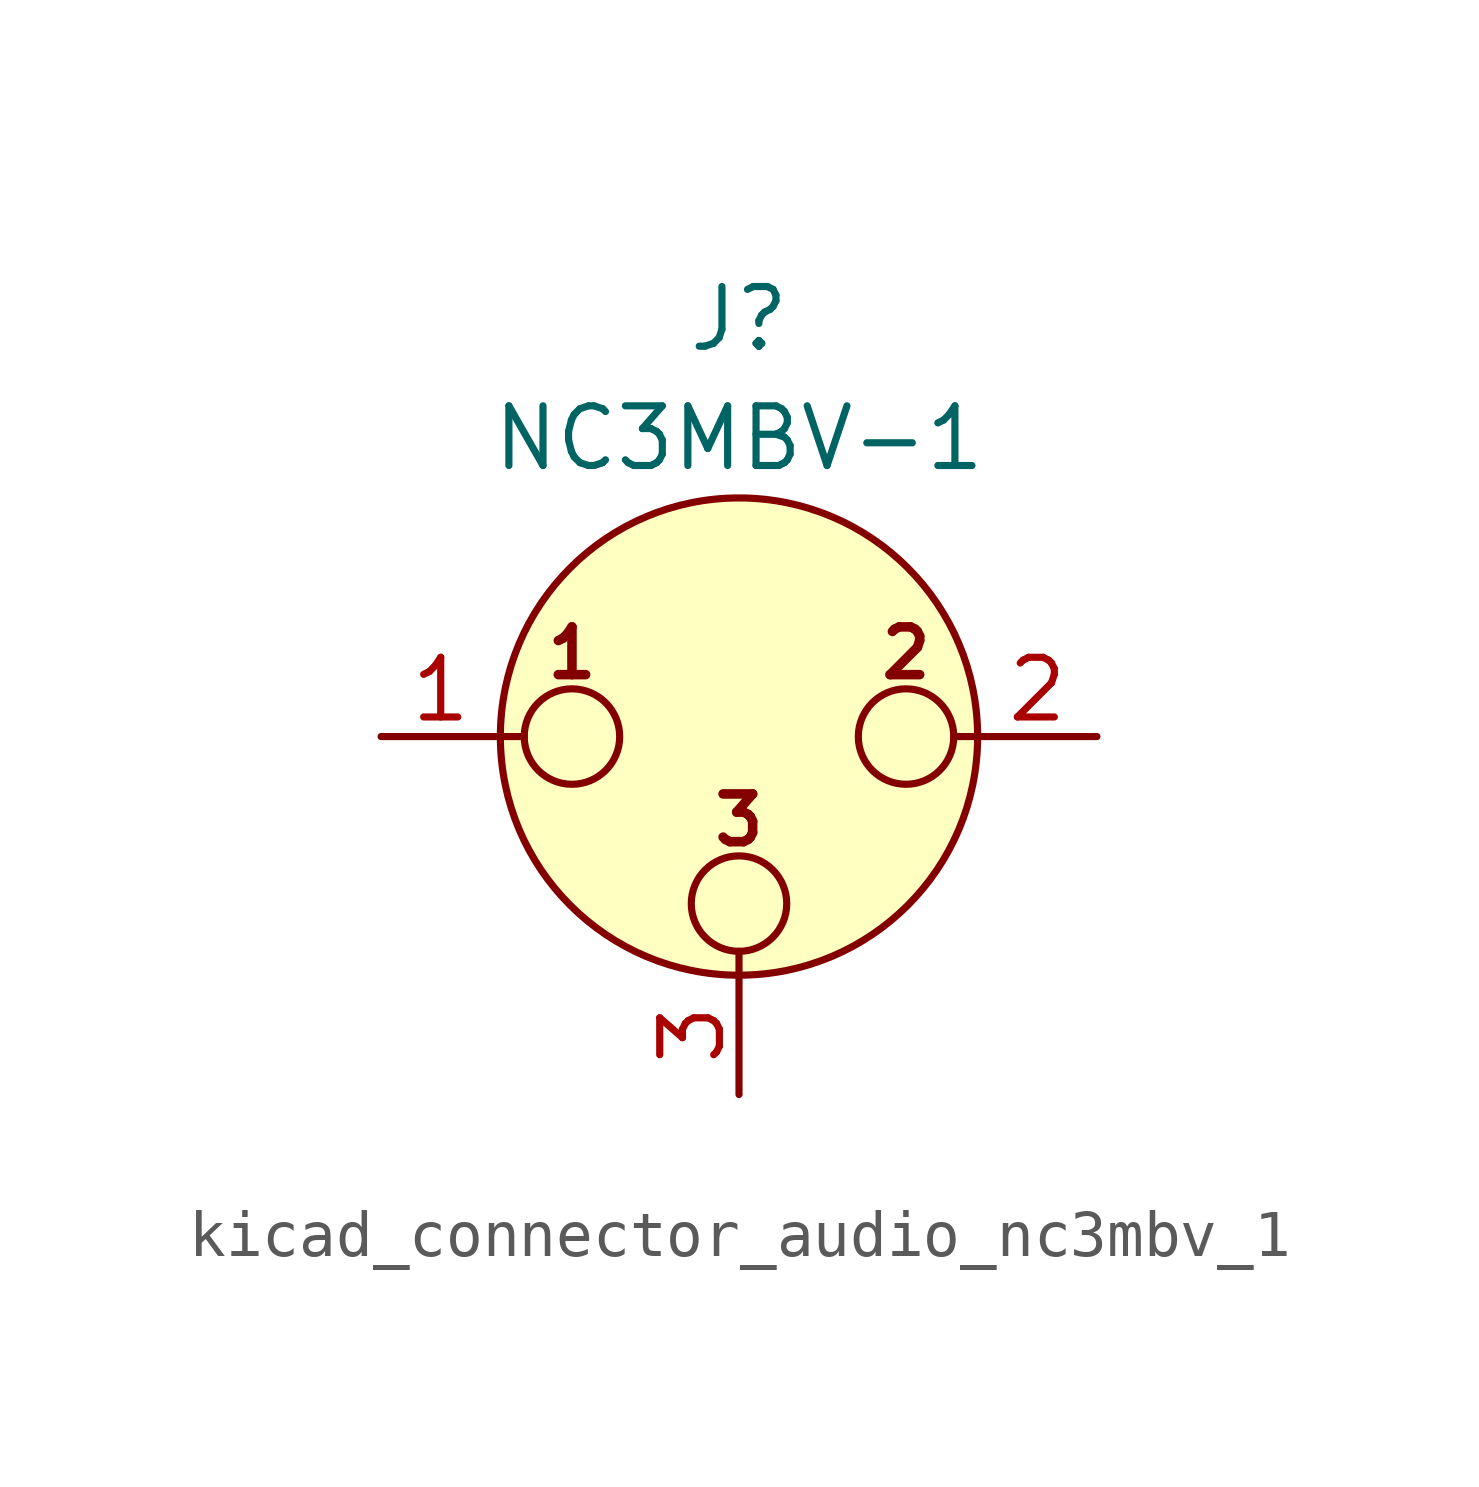
<source format=kicad_sym>
(kicad_symbol_lib
  (version 20220914)
  (generator kicad_symbol_editor)
  (symbol "kicad_connector_audio_nc3mbv_1"
    (pin_names hide)
    (property "Reference" "J"
      (at 0 8.89 0)
      (effects (font (size 1.27 1.27))))
    (property "Value" "NC3MBV-1"
      (at 0 6.35 0)
      (effects (font (size 1.27 1.27))))
    (symbol "kicad_connector_audio_nc3mbv_1_0_1"
      (circle (center -3.556 0) (radius 1.016) (stroke (width 0) (type default)) (fill (type none)))
      (circle (center 0 -3.556) (radius 1.016) (stroke (width 0) (type default)) (fill (type none)))
      (polyline (pts (xy -5.08 0) (xy -4.572 0)) (stroke (width 0) (type default)) (fill (type none)))
      (polyline (pts (xy 0 -5.08) (xy 0 -4.572)) (stroke (width 0) (type default)) (fill (type none)))
      (polyline (pts (xy 5.08 0) (xy 4.572 0)) (stroke (width 0) (type default)) (fill (type none)))
      (circle (center 0 0) (radius 5.08) (stroke (width 0) (type default)) (fill (type background)))
      (circle (center 3.556 0) (radius 1.016) (stroke (width 0) (type default)) (fill (type none)))
      (text "1" (at -3.556 1.778 0) (effects (font (size 1.016 1.016) bold)))
      (text "2" (at 3.556 1.778 0) (effects (font (size 1.016 1.016) bold)))
      (text "3" (at 0 -1.778 0) (effects (font (size 1.016 1.016) bold)))
      (pin passive line (at -7.62 0 0) (length 2.54) (name "~" (effects (font (size 1.27 1.27)))) (number "1" (effects (font (size 1.27 1.27)))))
      (pin passive line (at 7.62 0 180) (length 2.54) (name "~" (effects (font (size 1.27 1.27)))) (number "2" (effects (font (size 1.27 1.27)))))
      (pin passive line (at 0 -7.62 90) (length 2.54) (name "~" (effects (font (size 1.27 1.27)))) (number "3" (effects (font (size 1.27 1.27))))))))
</source>
